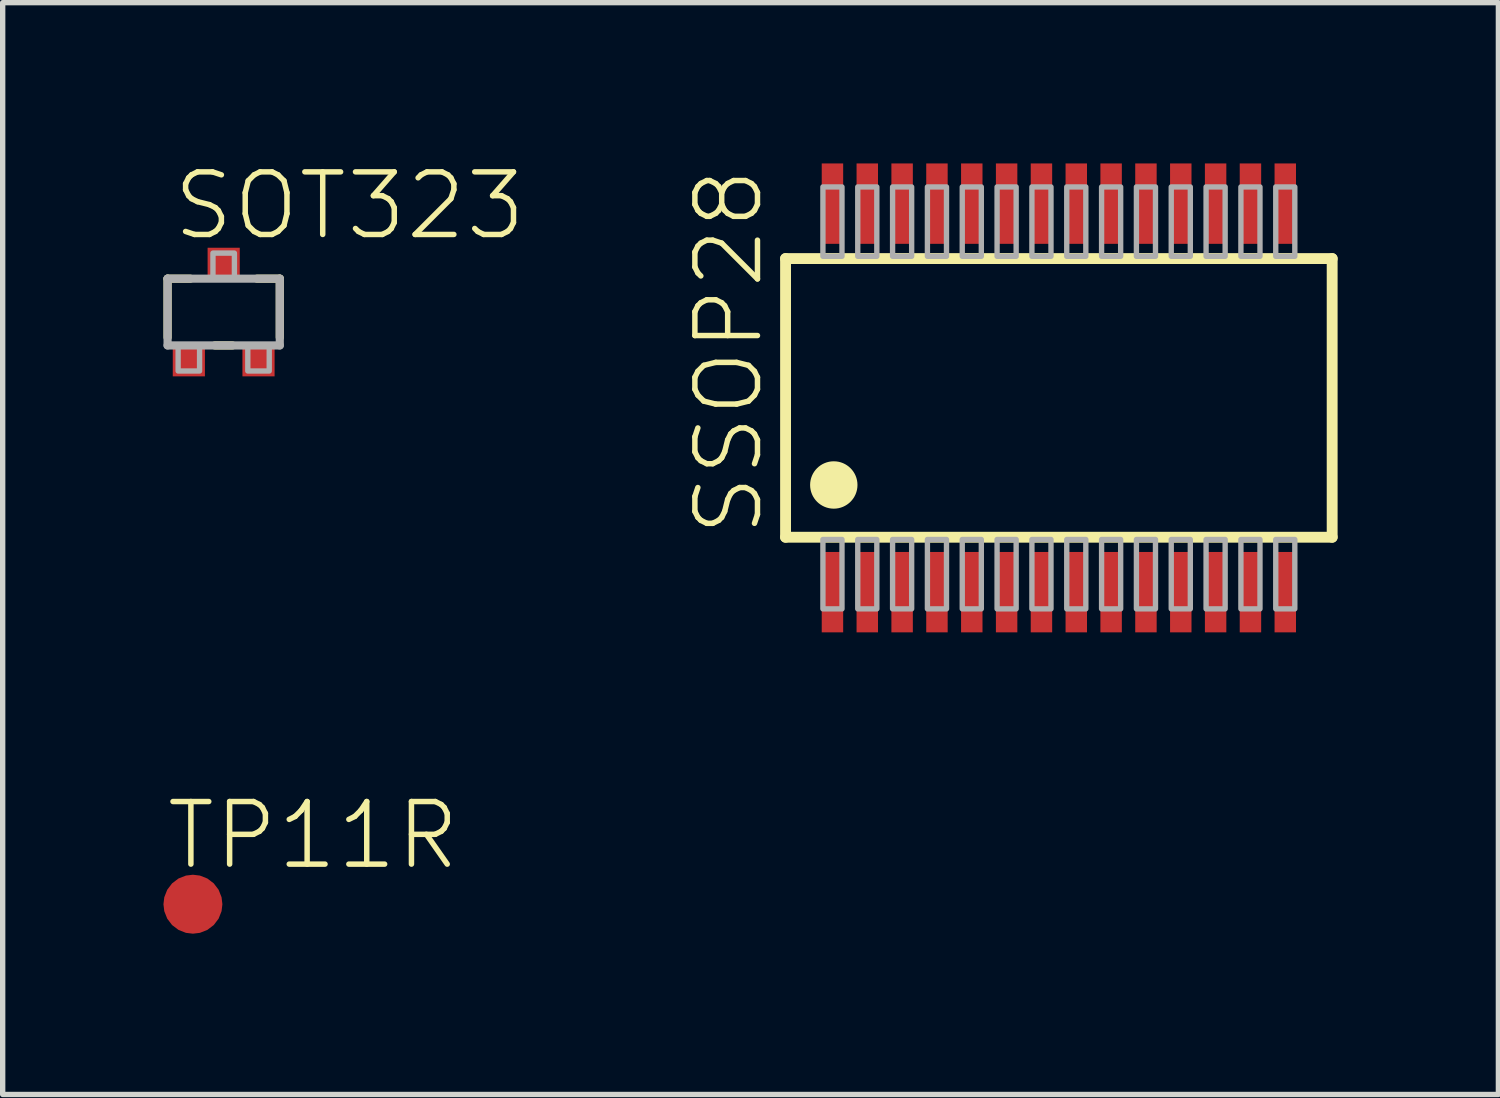
<source format=kicad_pcb>
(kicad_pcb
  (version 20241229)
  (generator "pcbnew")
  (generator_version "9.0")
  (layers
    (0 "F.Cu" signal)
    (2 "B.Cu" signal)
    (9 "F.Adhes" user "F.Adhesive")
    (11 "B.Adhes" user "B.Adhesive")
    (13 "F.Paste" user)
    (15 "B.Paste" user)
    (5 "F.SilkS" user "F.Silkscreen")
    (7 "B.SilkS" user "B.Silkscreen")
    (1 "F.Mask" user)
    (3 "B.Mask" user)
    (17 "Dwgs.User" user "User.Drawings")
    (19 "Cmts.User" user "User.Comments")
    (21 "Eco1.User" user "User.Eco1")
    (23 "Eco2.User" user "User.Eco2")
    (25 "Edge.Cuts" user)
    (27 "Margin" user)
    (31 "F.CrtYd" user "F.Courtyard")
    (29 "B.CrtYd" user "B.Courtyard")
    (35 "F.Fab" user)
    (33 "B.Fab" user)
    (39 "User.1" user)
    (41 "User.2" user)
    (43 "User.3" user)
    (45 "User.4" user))
  (footprint "SSOP28"
    (layer "F.Cu")
    (at 16.709 4.375)
    (property "Reference" "SSOP28" (at -5.476 2.63 90) (layer "F.SilkS") (effects (font (size 1.168 1.168) (thickness 0.102)) (justify left bottom)))
    (fp_line (start -5.1 -2.6) (end -5.1 2.6) (stroke (width 0.203) (type solid)) (layer "F.SilkS"))
    (fp_line (start -5.1 2.6) (end 5.1 2.6) (stroke (width 0.203) (type solid)) (layer "F.SilkS"))
    (fp_line (start 5.1 -2.6) (end -5.1 -2.6) (stroke (width 0.203) (type solid)) (layer "F.SilkS"))
    (fp_line (start 5.1 2.6) (end 5.1 -2.6) (stroke (width 0.203) (type solid)) (layer "F.SilkS"))
    (fp_circle (center -4.2 1.625) (end -3.979 1.625) (stroke (width 0.442) (type solid)) (fill yes) (layer "F.SilkS"))
    (fp_poly (pts (xy -4.403 -2.642) (xy -4.047 -2.642) (xy -4.047 -3.937) (xy -4.403 -3.937)) (stroke (width 0.1) (type solid)) (fill no) (layer "F.Fab"))
    (fp_poly (pts (xy -4.403 3.937) (xy -4.047 3.937) (xy -4.047 2.642) (xy -4.403 2.642)) (stroke (width 0.1) (type solid)) (fill no) (layer "F.Fab"))
    (fp_poly (pts (xy -3.753 -2.642) (xy -3.397 -2.642) (xy -3.397 -3.937) (xy -3.753 -3.937)) (stroke (width 0.1) (type solid)) (fill no) (layer "F.Fab"))
    (fp_poly (pts (xy -3.753 3.937) (xy -3.397 3.937) (xy -3.397 2.642) (xy -3.753 2.642)) (stroke (width 0.1) (type solid)) (fill no) (layer "F.Fab"))
    (fp_poly (pts (xy -3.103 -2.642) (xy -2.747 -2.642) (xy -2.747 -3.937) (xy -3.103 -3.937)) (stroke (width 0.1) (type solid)) (fill no) (layer "F.Fab"))
    (fp_poly (pts (xy -3.103 3.937) (xy -2.747 3.937) (xy -2.747 2.642) (xy -3.103 2.642)) (stroke (width 0.1) (type solid)) (fill no) (layer "F.Fab"))
    (fp_poly (pts (xy -2.453 -2.642) (xy -2.097 -2.642) (xy -2.097 -3.937) (xy -2.453 -3.937)) (stroke (width 0.1) (type solid)) (fill no) (layer "F.Fab"))
    (fp_poly (pts (xy -2.453 3.937) (xy -2.097 3.937) (xy -2.097 2.642) (xy -2.453 2.642)) (stroke (width 0.1) (type solid)) (fill no) (layer "F.Fab"))
    (fp_poly (pts (xy -1.803 -2.642) (xy -1.447 -2.642) (xy -1.447 -3.937) (xy -1.803 -3.937)) (stroke (width 0.1) (type solid)) (fill no) (layer "F.Fab"))
    (fp_poly (pts (xy -1.803 3.937) (xy -1.447 3.937) (xy -1.447 2.642) (xy -1.803 2.642)) (stroke (width 0.1) (type solid)) (fill no) (layer "F.Fab"))
    (fp_poly (pts (xy -1.153 -2.642) (xy -0.797 -2.642) (xy -0.797 -3.937) (xy -1.153 -3.937)) (stroke (width 0.1) (type solid)) (fill no) (layer "F.Fab"))
    (fp_poly (pts (xy -1.153 3.937) (xy -0.797 3.937) (xy -0.797 2.642) (xy -1.153 2.642)) (stroke (width 0.1) (type solid)) (fill no) (layer "F.Fab"))
    (fp_poly (pts (xy -0.503 -2.642) (xy -0.147 -2.642) (xy -0.147 -3.937) (xy -0.503 -3.937)) (stroke (width 0.1) (type solid)) (fill no) (layer "F.Fab"))
    (fp_poly (pts (xy -0.503 3.937) (xy -0.147 3.937) (xy -0.147 2.642) (xy -0.503 2.642)) (stroke (width 0.1) (type solid)) (fill no) (layer "F.Fab"))
    (fp_poly (pts (xy 0.147 -2.642) (xy 0.503 -2.642) (xy 0.503 -3.937) (xy 0.147 -3.937)) (stroke (width 0.1) (type solid)) (fill no) (layer "F.Fab"))
    (fp_poly (pts (xy 0.147 3.937) (xy 0.503 3.937) (xy 0.503 2.642) (xy 0.147 2.642)) (stroke (width 0.1) (type solid)) (fill no) (layer "F.Fab"))
    (fp_poly (pts (xy 0.797 -2.642) (xy 1.153 -2.642) (xy 1.153 -3.937) (xy 0.797 -3.937)) (stroke (width 0.1) (type solid)) (fill no) (layer "F.Fab"))
    (fp_poly (pts (xy 0.797 3.937) (xy 1.153 3.937) (xy 1.153 2.642) (xy 0.797 2.642)) (stroke (width 0.1) (type solid)) (fill no) (layer "F.Fab"))
    (fp_poly (pts (xy 1.447 -2.642) (xy 1.803 -2.642) (xy 1.803 -3.937) (xy 1.447 -3.937)) (stroke (width 0.1) (type solid)) (fill no) (layer "F.Fab"))
    (fp_poly (pts (xy 1.447 3.937) (xy 1.803 3.937) (xy 1.803 2.642) (xy 1.447 2.642)) (stroke (width 0.1) (type solid)) (fill no) (layer "F.Fab"))
    (fp_poly (pts (xy 2.097 -2.642) (xy 2.453 -2.642) (xy 2.453 -3.937) (xy 2.097 -3.937)) (stroke (width 0.1) (type solid)) (fill no) (layer "F.Fab"))
    (fp_poly (pts (xy 2.097 3.937) (xy 2.453 3.937) (xy 2.453 2.642) (xy 2.097 2.642)) (stroke (width 0.1) (type solid)) (fill no) (layer "F.Fab"))
    (fp_poly (pts (xy 2.747 -2.642) (xy 3.103 -2.642) (xy 3.103 -3.937) (xy 2.747 -3.937)) (stroke (width 0.1) (type solid)) (fill no) (layer "F.Fab"))
    (fp_poly (pts (xy 2.747 3.937) (xy 3.103 3.937) (xy 3.103 2.642) (xy 2.747 2.642)) (stroke (width 0.1) (type solid)) (fill no) (layer "F.Fab"))
    (fp_poly (pts (xy 3.397 -2.642) (xy 3.753 -2.642) (xy 3.753 -3.937) (xy 3.397 -3.937)) (stroke (width 0.1) (type solid)) (fill no) (layer "F.Fab"))
    (fp_poly (pts (xy 3.397 3.937) (xy 3.753 3.937) (xy 3.753 2.642) (xy 3.397 2.642)) (stroke (width 0.1) (type solid)) (fill no) (layer "F.Fab"))
    (fp_poly (pts (xy 4.047 -2.642) (xy 4.403 -2.642) (xy 4.403 -3.937) (xy 4.047 -3.937)) (stroke (width 0.1) (type solid)) (fill no) (layer "F.Fab"))
    (fp_poly (pts (xy 4.047 3.937) (xy 4.403 3.937) (xy 4.403 2.642) (xy 4.047 2.642)) (stroke (width 0.1) (type solid)) (fill no) (layer "F.Fab"))
    (pad "1" smd rect (at -4.225 3.625) (size 0.4 1.5) (layers "F.Cu" "F.Mask" "F.Paste"))
    (pad "2" smd rect (at -3.575 3.625) (size 0.4 1.5) (layers "F.Cu" "F.Mask" "F.Paste"))
    (pad "3" smd rect (at -2.925 3.625) (size 0.4 1.5) (layers "F.Cu" "F.Mask" "F.Paste"))
    (pad "4" smd rect (at -2.275 3.625) (size 0.4 1.5) (layers "F.Cu" "F.Mask" "F.Paste"))
    (pad "5" smd rect (at -1.625 3.625) (size 0.4 1.5) (layers "F.Cu" "F.Mask" "F.Paste"))
    (pad "6" smd rect (at -0.975 3.625) (size 0.4 1.5) (layers "F.Cu" "F.Mask" "F.Paste"))
    (pad "7" smd rect (at -0.325 3.625) (size 0.4 1.5) (layers "F.Cu" "F.Mask" "F.Paste"))
    (pad "8" smd rect (at 0.325 3.625) (size 0.4 1.5) (layers "F.Cu" "F.Mask" "F.Paste"))
    (pad "9" smd rect (at 0.975 3.625) (size 0.4 1.5) (layers "F.Cu" "F.Mask" "F.Paste"))
    (pad "10" smd rect (at 1.625 3.625) (size 0.4 1.5) (layers "F.Cu" "F.Mask" "F.Paste"))
    (pad "11" smd rect (at 2.275 3.625) (size 0.4 1.5) (layers "F.Cu" "F.Mask" "F.Paste"))
    (pad "12" smd rect (at 2.925 3.625) (size 0.4 1.5) (layers "F.Cu" "F.Mask" "F.Paste"))
    (pad "13" smd rect (at 3.575 3.625) (size 0.4 1.5) (layers "F.Cu" "F.Mask" "F.Paste"))
    (pad "14" smd rect (at 4.225 3.625) (size 0.4 1.5) (layers "F.Cu" "F.Mask" "F.Paste"))
    (pad "15" smd rect (at 4.225 -3.625) (size 0.4 1.5) (layers "F.Cu" "F.Mask" "F.Paste"))
    (pad "16" smd rect (at 3.575 -3.625) (size 0.4 1.5) (layers "F.Cu" "F.Mask" "F.Paste"))
    (pad "17" smd rect (at 2.925 -3.625) (size 0.4 1.5) (layers "F.Cu" "F.Mask" "F.Paste"))
    (pad "18" smd rect (at 2.275 -3.625) (size 0.4 1.5) (layers "F.Cu" "F.Mask" "F.Paste"))
    (pad "19" smd rect (at 1.625 -3.625) (size 0.4 1.5) (layers "F.Cu" "F.Mask" "F.Paste"))
    (pad "20" smd rect (at 0.975 -3.625) (size 0.4 1.5) (layers "F.Cu" "F.Mask" "F.Paste"))
    (pad "21" smd rect (at 0.325 -3.625) (size 0.4 1.5) (layers "F.Cu" "F.Mask" "F.Paste"))
    (pad "22" smd rect (at -0.325 -3.625) (size 0.4 1.5) (layers "F.Cu" "F.Mask" "F.Paste"))
    (pad "23" smd rect (at -0.975 -3.625) (size 0.4 1.5) (layers "F.Cu" "F.Mask" "F.Paste"))
    (pad "24" smd rect (at -1.625 -3.625) (size 0.4 1.5) (layers "F.Cu" "F.Mask" "F.Paste"))
    (pad "25" smd rect (at -2.275 -3.625) (size 0.4 1.5) (layers "F.Cu" "F.Mask" "F.Paste"))
    (pad "26" smd rect (at -2.925 -3.625) (size 0.4 1.5) (layers "F.Cu" "F.Mask" "F.Paste"))
    (pad "27" smd rect (at -3.575 -3.625) (size 0.4 1.5) (layers "F.Cu" "F.Mask" "F.Paste"))
    (pad "28" smd rect (at -4.225 -3.625) (size 0.4 1.5) (layers "F.Cu" "F.Mask" "F.Paste")))
  (footprint "SOT323"
    (layer "F.Cu")
    (at 1.124 2.773)
    (property "Reference" "SOT323" (at -1 -1.3 0) (layer "F.SilkS") (effects (font (size 1.168 1.168) (thickness 0.102)) (justify left bottom)))
    (fp_line (start -1.047 -0.623) (end -0.623 -0.623) (stroke (width 0.152) (type solid)) (layer "F.SilkS"))
    (fp_line (start -1.047 0.473) (end -1.047 -0.623) (stroke (width 0.152) (type solid)) (layer "F.SilkS"))
    (fp_line (start 0.165 0.623) (end -0.165 0.623) (stroke (width 0.152) (type solid)) (layer "F.SilkS"))
    (fp_line (start 0.623 -0.623) (end 1.047 -0.623) (stroke (width 0.152) (type solid)) (layer "F.SilkS"))
    (fp_line (start 1.047 -0.623) (end 1.047 0.473) (stroke (width 0.152) (type solid)) (layer "F.SilkS"))
    (fp_line (start -1.047 -0.623) (end 1.047 -0.623) (stroke (width 0.152) (type solid)) (layer "F.Fab"))
    (fp_line (start -1.047 0.623) (end -1.047 -0.623) (stroke (width 0.152) (type solid)) (layer "F.Fab"))
    (fp_line (start 1.047 -0.623) (end 1.047 0.623) (stroke (width 0.152) (type solid)) (layer "F.Fab"))
    (fp_line (start 1.047 0.623) (end -1.047 0.623) (stroke (width 0.152) (type solid)) (layer "F.Fab"))
    (fp_poly (pts (xy -0.45 0.625) (xy -0.85 0.625) (xy -0.85 1.1) (xy -0.45 1.1)) (stroke (width 0.1) (type solid)) (fill no) (layer "F.Fab"))
    (fp_poly (pts (xy -0.2 -0.625) (xy 0.2 -0.625) (xy 0.2 -1.1) (xy -0.2 -1.1)) (stroke (width 0.1) (type solid)) (fill no) (layer "F.Fab"))
    (fp_poly (pts (xy 0.85 0.625) (xy 0.45 0.625) (xy 0.45 1.1) (xy 0.85 1.1)) (stroke (width 0.1) (type solid)) (fill no) (layer "F.Fab"))
    (pad "1" smd rect (at -0.65 0.925) (size 0.6 0.55) (layers "F.Cu" "F.Mask" "F.Paste"))
    (pad "2" smd rect (at 0.65 0.925) (size 0.6 0.55) (layers "F.Cu" "F.Mask" "F.Paste"))
    (pad "3" smd rect (at 0 -0.925) (size 0.6 0.55) (layers "F.Cu" "F.Mask" "F.Paste")))
  (footprint "TP11R"
    (layer "F.Cu")
    (at 0.55 13.823)
    (property "Reference" "TP11R" (at -0.55 -0.6 0) (layer "F.SilkS") (effects (font (size 1.168 1.168) (thickness 0.102)) (justify left bottom)))
    (pad "TP" smd roundrect (at 0 0) (size 1.1 1.1) (layers "F.Cu" "F.Mask") (roundrect_rratio 0.5)))
  (gr_rect
    (start -3 -3)
    (end 24.911 17.373)
    (stroke (width 0.1) (type default))
    (fill no)
    (layer "Edge.Cuts")))
</source>
